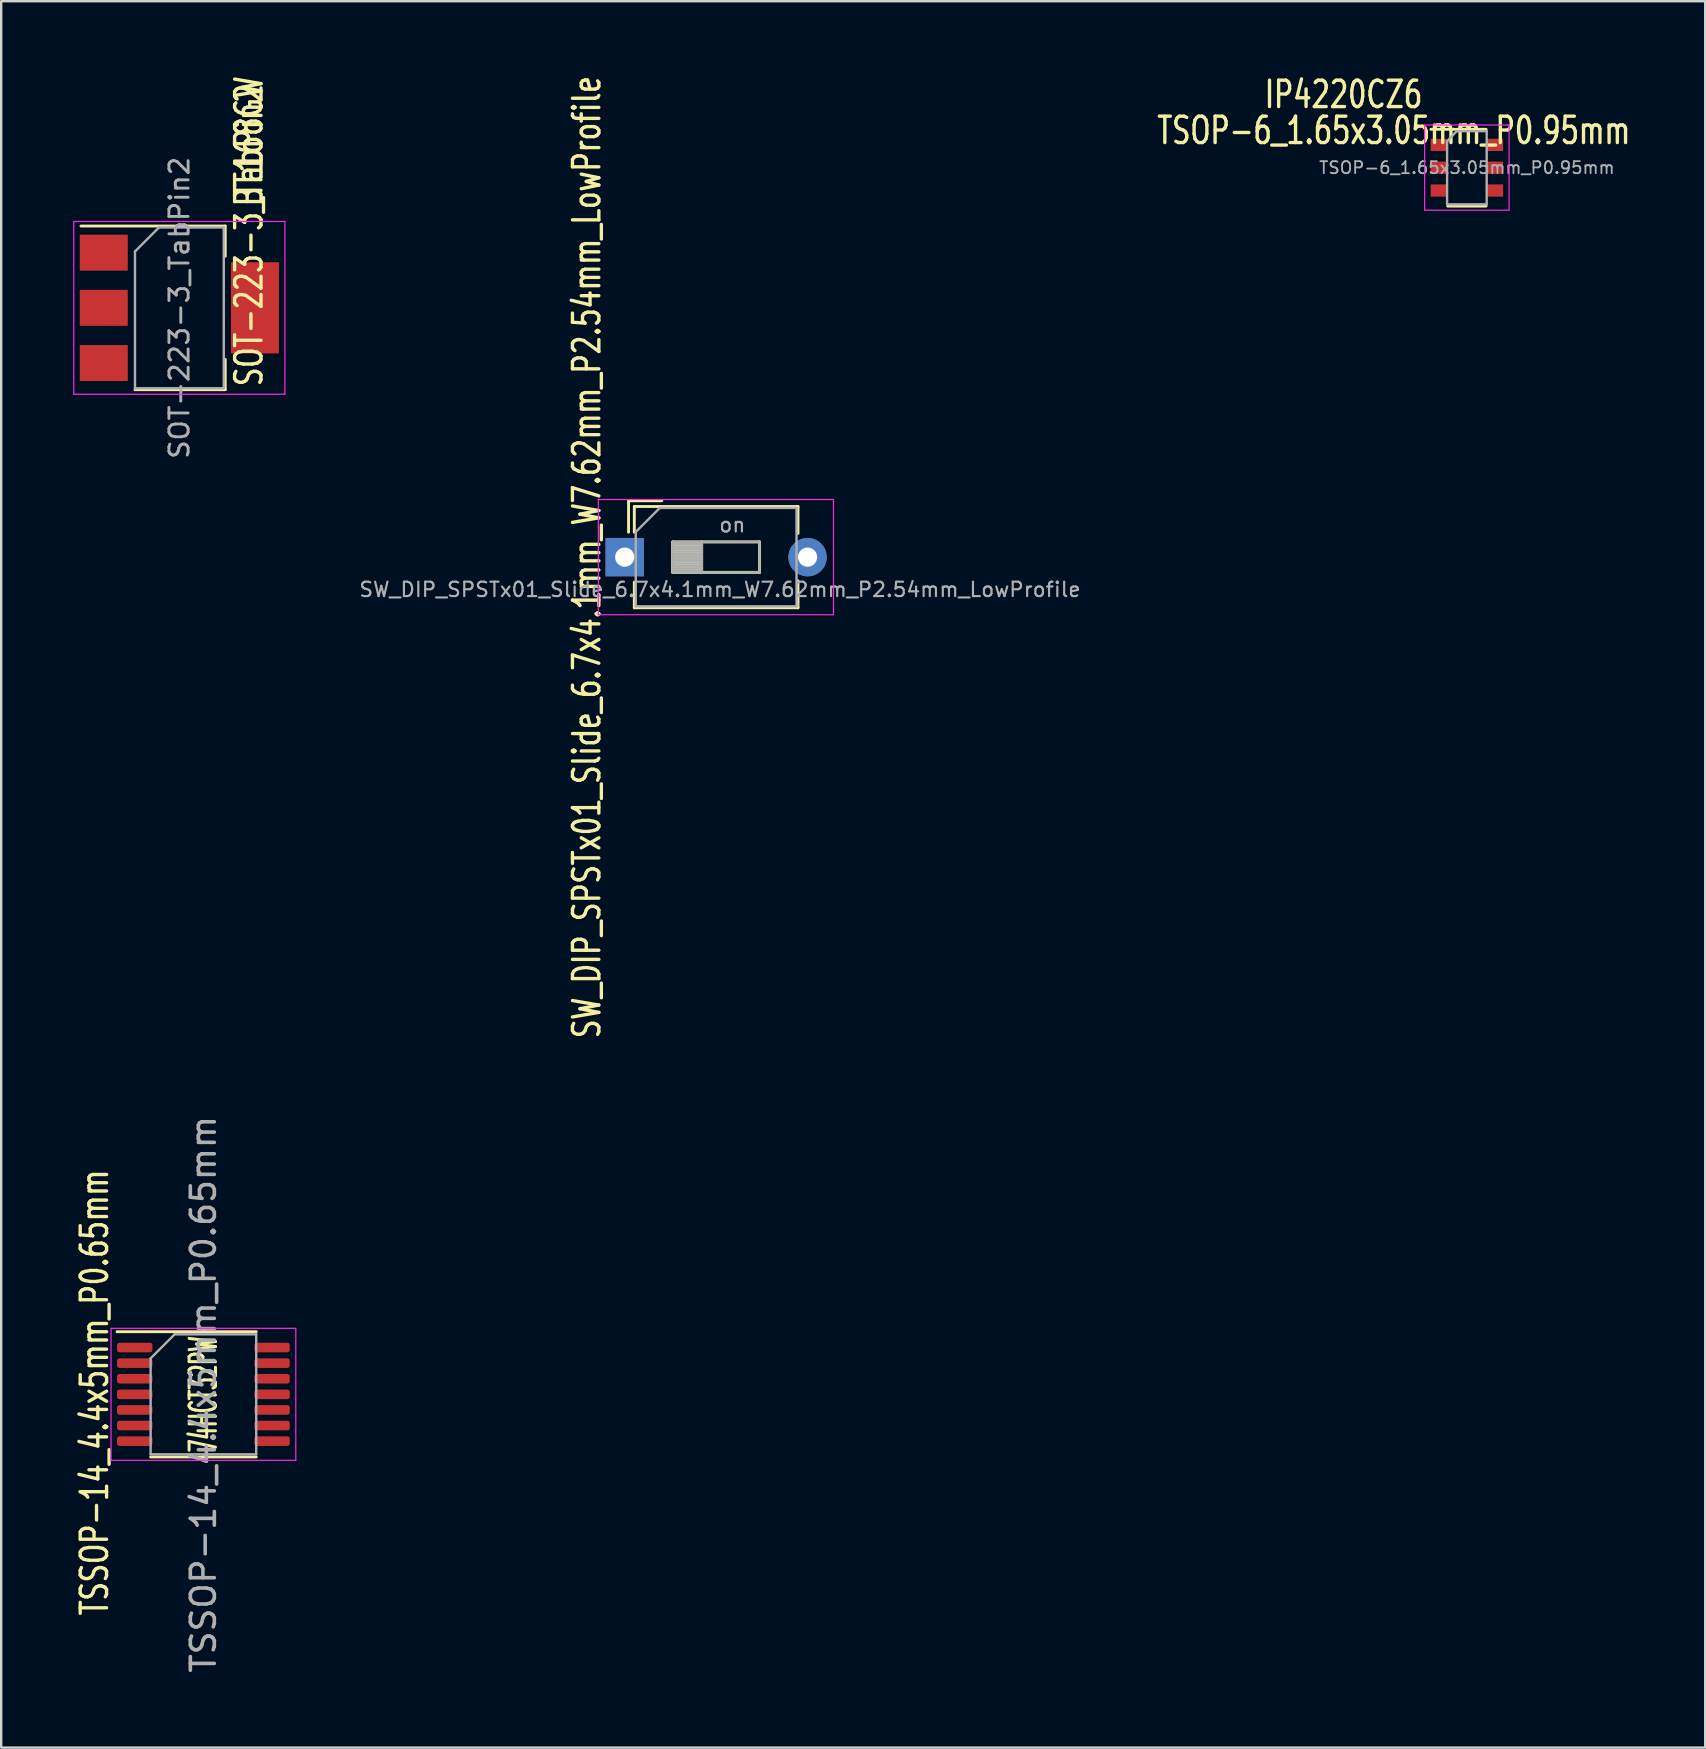
<source format=kicad_pcb>
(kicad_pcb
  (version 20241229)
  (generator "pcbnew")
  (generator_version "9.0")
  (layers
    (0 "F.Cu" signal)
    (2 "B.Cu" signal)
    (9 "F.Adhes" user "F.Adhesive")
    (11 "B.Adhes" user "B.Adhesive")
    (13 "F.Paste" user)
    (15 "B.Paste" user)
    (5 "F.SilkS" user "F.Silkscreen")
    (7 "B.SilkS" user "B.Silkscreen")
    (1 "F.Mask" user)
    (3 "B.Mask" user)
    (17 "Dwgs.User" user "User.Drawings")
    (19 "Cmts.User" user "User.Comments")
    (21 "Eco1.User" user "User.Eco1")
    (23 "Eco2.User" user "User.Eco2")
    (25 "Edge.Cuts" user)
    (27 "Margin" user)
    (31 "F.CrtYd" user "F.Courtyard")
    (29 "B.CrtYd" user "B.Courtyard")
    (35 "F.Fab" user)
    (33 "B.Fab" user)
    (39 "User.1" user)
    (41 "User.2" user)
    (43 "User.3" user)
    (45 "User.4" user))
  (footprint "TSSOP-14_4.4x5mm_P0.65mm"
    (layer "F.Cu")
    (at 5.427 55.056)
    (property "Reference" "TSSOP-14_4.4x5mm_P0.65mm" (at -4.537 -0.075 90) (unlocked yes) (layer "F.SilkS") (effects (font (size 1.1 0.8) (thickness 0.14))))
    (property "Value" "74HCT32PW" (at -3.337 0 270) (layer "F.Fab") (hide yes) (effects (font (size 1 1) (thickness 0.15))))
    (attr smd)
    (fp_line (start 0 -2.61) (end -3.6 -2.61) (stroke (width 0.12) (type solid)) (layer "F.SilkS"))
    (fp_line (start 0 -2.61) (end 2.2 -2.61) (stroke (width 0.12) (type solid)) (layer "F.SilkS"))
    (fp_line (start 0 2.61) (end -2.2 2.61) (stroke (width 0.12) (type solid)) (layer "F.SilkS"))
    (fp_line (start 0 2.61) (end 2.2 2.61) (stroke (width 0.12) (type solid)) (layer "F.SilkS"))
    (fp_line (start -3.85 -2.75) (end -3.85 2.75) (stroke (width 0.05) (type solid)) (layer "F.CrtYd"))
    (fp_line (start -3.85 2.75) (end 3.85 2.75) (stroke (width 0.05) (type solid)) (layer "F.CrtYd"))
    (fp_line (start 3.85 -2.75) (end -3.85 -2.75) (stroke (width 0.05) (type solid)) (layer "F.CrtYd"))
    (fp_line (start 3.85 2.75) (end 3.85 -2.75) (stroke (width 0.05) (type solid)) (layer "F.CrtYd"))
    (fp_line (start -2.2 -1.5) (end -1.2 -2.5) (stroke (width 0.1) (type solid)) (layer "F.Fab"))
    (fp_line (start -2.2 2.5) (end -2.2 -1.5) (stroke (width 0.1) (type solid)) (layer "F.Fab"))
    (fp_line (start -1.2 -2.5) (end 2.2 -2.5) (stroke (width 0.1) (type solid)) (layer "F.Fab"))
    (fp_line (start 2.2 -2.5) (end 2.2 2.5) (stroke (width 0.1) (type solid)) (layer "F.Fab"))
    (fp_line (start 2.2 2.5) (end -2.2 2.5) (stroke (width 0.1) (type solid)) (layer "F.Fab"))
    (fp_text user "${VALUE}" (at 0 0 90) (unlocked yes) (layer "F.SilkS") (effects (font (size 1.1 0.55) (thickness 0.125))))
    (fp_text user "${REFERENCE}" (at 0 0 270) (layer "F.Fab") (effects (font (size 1 1) (thickness 0.15))))
    (pad "1" smd roundrect (at -2.862 -1.95) (size 1.475 0.4) (layers "F.Cu" "F.Mask" "F.Paste") (roundrect_rratio 0.25))
    (pad "2" smd roundrect (at -2.862 -1.3) (size 1.475 0.4) (layers "F.Cu" "F.Mask" "F.Paste") (roundrect_rratio 0.25))
    (pad "3" smd roundrect (at -2.862 -0.65) (size 1.475 0.4) (layers "F.Cu" "F.Mask" "F.Paste") (roundrect_rratio 0.25))
    (pad "4" smd roundrect (at -2.862 0) (size 1.475 0.4) (layers "F.Cu" "F.Mask" "F.Paste") (roundrect_rratio 0.25))
    (pad "5" smd roundrect (at -2.862 0.65) (size 1.475 0.4) (layers "F.Cu" "F.Mask" "F.Paste") (roundrect_rratio 0.25))
    (pad "6" smd roundrect (at -2.862 1.3) (size 1.475 0.4) (layers "F.Cu" "F.Mask" "F.Paste") (roundrect_rratio 0.25))
    (pad "7" smd roundrect (at -2.862 1.95) (size 1.475 0.4) (layers "F.Cu" "F.Mask" "F.Paste") (roundrect_rratio 0.25))
    (pad "8" smd roundrect (at 2.862 1.95) (size 1.475 0.4) (layers "F.Cu" "F.Mask" "F.Paste") (roundrect_rratio 0.25))
    (pad "9" smd roundrect (at 2.862 1.3) (size 1.475 0.4) (layers "F.Cu" "F.Mask" "F.Paste") (roundrect_rratio 0.25))
    (pad "10" smd roundrect (at 2.862 0.65) (size 1.475 0.4) (layers "F.Cu" "F.Mask" "F.Paste") (roundrect_rratio 0.25))
    (pad "11" smd roundrect (at 2.862 0) (size 1.475 0.4) (layers "F.Cu" "F.Mask" "F.Paste") (roundrect_rratio 0.25))
    (pad "12" smd roundrect (at 2.862 -0.65) (size 1.475 0.4) (layers "F.Cu" "F.Mask" "F.Paste") (roundrect_rratio 0.25))
    (pad "13" smd roundrect (at 2.862 -1.3) (size 1.475 0.4) (layers "F.Cu" "F.Mask" "F.Paste") (roundrect_rratio 0.25))
    (pad "14" smd roundrect (at 2.862 -1.95) (size 1.475 0.4) (layers "F.Cu" "F.Mask" "F.Paste") (roundrect_rratio 0.25)))
  (footprint "SW_DIP_SPSTx01_Slide_6.7x4.1mm_W7.62mm_P2.54mm_LowProfile"
    (layer "F.Cu")
    (at 22.984 20.168)
    (property "Reference" "SW_DIP_SPSTx01_Slide_6.7x4.1mm_W7.62mm_P2.54mm_LowProfile" (at -1.58 0 90) (layer "F.SilkS") (effects (font (size 1.1 0.8) (thickness 0.14))))
    (attr through_hole)
    (fp_line (start 0.16 -2.35) (end 0.16 -1.04) (stroke (width 0.12) (type solid)) (layer "F.SilkS"))
    (fp_line (start 0.16 -2.35) (end 1.543 -2.35) (stroke (width 0.12) (type solid)) (layer "F.SilkS"))
    (fp_line (start 0.4 -2.11) (end 0.4 -1.04) (stroke (width 0.12) (type solid)) (layer "F.SilkS"))
    (fp_line (start 0.4 -2.11) (end 7.221 -2.11) (stroke (width 0.12) (type solid)) (layer "F.SilkS"))
    (fp_line (start 0.4 1.04) (end 0.4 2.11) (stroke (width 0.12) (type solid)) (layer "F.SilkS"))
    (fp_line (start 0.4 2.11) (end 7.221 2.11) (stroke (width 0.12) (type solid)) (layer "F.SilkS"))
    (fp_line (start 2 -0.635) (end 2 0.635) (stroke (width 0.12) (type solid)) (layer "F.SilkS"))
    (fp_line (start 2 -0.515) (end 3.207 -0.515) (stroke (width 0.12) (type solid)) (layer "F.SilkS"))
    (fp_line (start 2 -0.395) (end 3.207 -0.395) (stroke (width 0.12) (type solid)) (layer "F.SilkS"))
    (fp_line (start 2 -0.275) (end 3.207 -0.275) (stroke (width 0.12) (type solid)) (layer "F.SilkS"))
    (fp_line (start 2 -0.155) (end 3.207 -0.155) (stroke (width 0.12) (type solid)) (layer "F.SilkS"))
    (fp_line (start 2 -0.035) (end 3.207 -0.035) (stroke (width 0.12) (type solid)) (layer "F.SilkS"))
    (fp_line (start 2 0.085) (end 3.207 0.085) (stroke (width 0.12) (type solid)) (layer "F.SilkS"))
    (fp_line (start 2 0.205) (end 3.207 0.205) (stroke (width 0.12) (type solid)) (layer "F.SilkS"))
    (fp_line (start 2 0.325) (end 3.207 0.325) (stroke (width 0.12) (type solid)) (layer "F.SilkS"))
    (fp_line (start 2 0.445) (end 3.207 0.445) (stroke (width 0.12) (type solid)) (layer "F.SilkS"))
    (fp_line (start 2 0.565) (end 3.207 0.565) (stroke (width 0.12) (type solid)) (layer "F.SilkS"))
    (fp_line (start 2 0.635) (end 5.62 0.635) (stroke (width 0.12) (type solid)) (layer "F.SilkS"))
    (fp_line (start 3.207 -0.635) (end 3.207 0.635) (stroke (width 0.12) (type solid)) (layer "F.SilkS"))
    (fp_line (start 5.62 -0.635) (end 2 -0.635) (stroke (width 0.12) (type solid)) (layer "F.SilkS"))
    (fp_line (start 5.62 0.635) (end 5.62 -0.635) (stroke (width 0.12) (type solid)) (layer "F.SilkS"))
    (fp_line (start 7.221 -2.11) (end 7.221 -0.99) (stroke (width 0.12) (type solid)) (layer "F.SilkS"))
    (fp_line (start 7.221 0.99) (end 7.221 2.11) (stroke (width 0.12) (type solid)) (layer "F.SilkS"))
    (fp_line (start -1.1 -2.4) (end -1.1 2.4) (stroke (width 0.05) (type solid)) (layer "F.CrtYd"))
    (fp_line (start -1.1 2.4) (end 8.7 2.4) (stroke (width 0.05) (type solid)) (layer "F.CrtYd"))
    (fp_line (start 8.7 -2.4) (end -1.1 -2.4) (stroke (width 0.05) (type solid)) (layer "F.CrtYd"))
    (fp_line (start 8.7 2.4) (end 8.7 -2.4) (stroke (width 0.05) (type solid)) (layer "F.CrtYd"))
    (fp_line (start 0.46 -1.05) (end 1.46 -2.05) (stroke (width 0.1) (type solid)) (layer "F.Fab"))
    (fp_line (start 0.46 2.05) (end 0.46 -1.05) (stroke (width 0.1) (type solid)) (layer "F.Fab"))
    (fp_line (start 1.46 -2.05) (end 7.16 -2.05) (stroke (width 0.1) (type solid)) (layer "F.Fab"))
    (fp_line (start 2 -0.635) (end 2 0.635) (stroke (width 0.1) (type solid)) (layer "F.Fab"))
    (fp_line (start 2 -0.535) (end 3.207 -0.535) (stroke (width 0.1) (type solid)) (layer "F.Fab"))
    (fp_line (start 2 -0.435) (end 3.207 -0.435) (stroke (width 0.1) (type solid)) (layer "F.Fab"))
    (fp_line (start 2 -0.335) (end 3.207 -0.335) (stroke (width 0.1) (type solid)) (layer "F.Fab"))
    (fp_line (start 2 -0.235) (end 3.207 -0.235) (stroke (width 0.1) (type solid)) (layer "F.Fab"))
    (fp_line (start 2 -0.135) (end 3.207 -0.135) (stroke (width 0.1) (type solid)) (layer "F.Fab"))
    (fp_line (start 2 -0.035) (end 3.207 -0.035) (stroke (width 0.1) (type solid)) (layer "F.Fab"))
    (fp_line (start 2 0.065) (end 3.207 0.065) (stroke (width 0.1) (type solid)) (layer "F.Fab"))
    (fp_line (start 2 0.165) (end 3.207 0.165) (stroke (width 0.1) (type solid)) (layer "F.Fab"))
    (fp_line (start 2 0.265) (end 3.207 0.265) (stroke (width 0.1) (type solid)) (layer "F.Fab"))
    (fp_line (start 2 0.365) (end 3.207 0.365) (stroke (width 0.1) (type solid)) (layer "F.Fab"))
    (fp_line (start 2 0.465) (end 3.207 0.465) (stroke (width 0.1) (type solid)) (layer "F.Fab"))
    (fp_line (start 2 0.565) (end 3.207 0.565) (stroke (width 0.1) (type solid)) (layer "F.Fab"))
    (fp_line (start 2 0.635) (end 5.62 0.635) (stroke (width 0.1) (type solid)) (layer "F.Fab"))
    (fp_line (start 3.207 -0.635) (end 3.207 0.635) (stroke (width 0.1) (type solid)) (layer "F.Fab"))
    (fp_line (start 5.62 -0.635) (end 2 -0.635) (stroke (width 0.1) (type solid)) (layer "F.Fab"))
    (fp_line (start 5.62 0.635) (end 5.62 -0.635) (stroke (width 0.1) (type solid)) (layer "F.Fab"))
    (fp_line (start 7.16 -2.05) (end 7.16 2.05) (stroke (width 0.1) (type solid)) (layer "F.Fab"))
    (fp_line (start 7.16 2.05) (end 0.46 2.05) (stroke (width 0.1) (type solid)) (layer "F.Fab"))
    (fp_text user "${REFERENCE}" (at 3.97 1.35 180) (layer "F.Fab") (effects (font (size 0.6 0.6) (thickness 0.09))))
    (fp_text user "on" (at 4.485 -1.343 0) (layer "F.Fab") (effects (font (size 0.6 0.6) (thickness 0.09))))
    (pad "1" thru_hole rect (at 0 0) (size 1.6 1.6) (drill 0.8) (layers "*.Cu" "*.Mask"))
    (pad "2" thru_hole oval (at 7.62 0) (size 1.6 1.6) (drill 0.8) (layers "*.Cu" "*.Mask")))
  (footprint "SOT-223-3_TabPin2"
    (layer "F.Cu")
    (at 4.425 9.779)
    (property "Reference" "SOT-223-3_TabPin2" (at 2.9 -3.03 90) (unlocked yes) (layer "F.SilkS") (effects (font (size 1.1 0.8) (thickness 0.14))))
    (property "Value" "BT168GW" (at 3 0.07 270) (layer "F.Fab") (hide yes) (effects (font (size 1 1) (thickness 0.15))))
    (attr smd)
    (fp_line (start -4.1 -3.41) (end 1.91 -3.41) (stroke (width 0.12) (type solid)) (layer "F.SilkS"))
    (fp_line (start -1.85 3.41) (end 1.91 3.41) (stroke (width 0.12) (type solid)) (layer "F.SilkS"))
    (fp_line (start 1.91 -3.41) (end 1.91 -2.15) (stroke (width 0.12) (type solid)) (layer "F.SilkS"))
    (fp_line (start 1.91 3.41) (end 1.91 2.15) (stroke (width 0.12) (type solid)) (layer "F.SilkS"))
    (fp_line (start -4.4 -3.6) (end -4.4 3.6) (stroke (width 0.05) (type solid)) (layer "F.CrtYd"))
    (fp_line (start -4.4 3.6) (end 4.4 3.6) (stroke (width 0.05) (type solid)) (layer "F.CrtYd"))
    (fp_line (start 4.4 -3.6) (end -4.4 -3.6) (stroke (width 0.05) (type solid)) (layer "F.CrtYd"))
    (fp_line (start 4.4 3.6) (end 4.4 -3.6) (stroke (width 0.05) (type solid)) (layer "F.CrtYd"))
    (fp_line (start -1.85 -2.35) (end -1.85 3.35) (stroke (width 0.1) (type solid)) (layer "F.Fab"))
    (fp_line (start -1.85 -2.35) (end -0.85 -3.35) (stroke (width 0.1) (type solid)) (layer "F.Fab"))
    (fp_line (start -1.85 3.35) (end 1.85 3.35) (stroke (width 0.1) (type solid)) (layer "F.Fab"))
    (fp_line (start -0.85 -3.35) (end 1.85 -3.35) (stroke (width 0.1) (type solid)) (layer "F.Fab"))
    (fp_line (start 1.85 -3.35) (end 1.85 3.35) (stroke (width 0.1) (type solid)) (layer "F.Fab"))
    (fp_text user "${VALUE}" (at 2.9 -6.944 90) (unlocked yes) (layer "F.SilkS") (effects (font (size 1.1 0.8) (thickness 0.14))))
    (fp_text user "${REFERENCE}" (at 0 0 90) (layer "F.Fab") (effects (font (size 0.8 0.8) (thickness 0.12))))
    (pad "1" smd rect (at -3.15 -2.3) (size 2 1.5) (layers "F.Cu" "F.Mask" "F.Paste"))
    (pad "2" smd rect (at -3.15 0) (size 2 1.5) (layers "F.Cu" "F.Mask" "F.Paste"))
    (pad "2" smd rect (at 3.15 0) (size 2 3.8) (layers "F.Cu" "F.Mask" "F.Paste"))
    (pad "3" smd rect (at -3.15 2.3) (size 2 1.5) (layers "F.Cu" "F.Mask" "F.Paste")))
  (footprint "TSOP-6_1.65x3.05mm_P0.95mm"
    (layer "F.Cu")
    (at 58.08 3.939)
    (property "Reference" "TSOP-6_1.65x3.05mm_P0.95mm" (at -3.045 -1.55 180) (layer "F.SilkS") (effects (font (size 1.1 0.8) (thickness 0.14))))
    (property "Value" "IP4220CZ6" (at -5.645 -0.05 180) (layer "F.Fab") (hide yes) (effects (font (size 1 1) (thickness 0.15))))
    (attr smd)
    (fp_line (start -0.8 1.6) (end 0.8 1.6) (stroke (width 0.12) (type solid)) (layer "F.SilkS"))
    (fp_line (start 0.8 -1.6) (end -1.5 -1.6) (stroke (width 0.12) (type solid)) (layer "F.SilkS"))
    (fp_line (start -1.76 -1.78) (end -1.76 1.77) (stroke (width 0.05) (type solid)) (layer "F.CrtYd"))
    (fp_line (start -1.76 -1.78) (end 1.76 -1.78) (stroke (width 0.05) (type solid)) (layer "F.CrtYd"))
    (fp_line (start 1.76 1.77) (end -1.76 1.77) (stroke (width 0.05) (type solid)) (layer "F.CrtYd"))
    (fp_line (start 1.76 1.77) (end 1.76 -1.78) (stroke (width 0.05) (type solid)) (layer "F.CrtYd"))
    (fp_line (start -0.825 -1.1) (end -0.825 1.525) (stroke (width 0.1) (type solid)) (layer "F.Fab"))
    (fp_line (start -0.825 -1.1) (end -0.425 -1.525) (stroke (width 0.1) (type solid)) (layer "F.Fab"))
    (fp_line (start 0.825 -1.525) (end -0.425 -1.525) (stroke (width 0.1) (type solid)) (layer "F.Fab"))
    (fp_line (start 0.825 -1.525) (end 0.825 1.525) (stroke (width 0.1) (type solid)) (layer "F.Fab"))
    (fp_line (start 0.825 1.525) (end -0.825 1.525) (stroke (width 0.1) (type solid)) (layer "F.Fab"))
    (fp_text user "${VALUE}" (at -5.14 -3.05 180) (layer "F.SilkS") (effects (font (size 1.1 0.8) (thickness 0.14))))
    (fp_text user "${REFERENCE}" (at 0 0 0) (layer "F.Fab") (effects (font (size 0.5 0.5) (thickness 0.075))))
    (pad "1" smd rect (at -1.16 -0.95) (size 0.7 0.51) (layers "F.Cu" "F.Mask" "F.Paste"))
    (pad "2" smd rect (at -1.16 0) (size 0.7 0.51) (layers "F.Cu" "F.Mask" "F.Paste"))
    (pad "3" smd rect (at -1.16 0.95) (size 0.7 0.51) (layers "F.Cu" "F.Mask" "F.Paste"))
    (pad "4" smd rect (at 1.16 0.95) (size 0.7 0.51) (layers "F.Cu" "F.Mask" "F.Paste"))
    (pad "5" smd rect (at 1.16 0) (size 0.7 0.51) (layers "F.Cu" "F.Mask" "F.Paste"))
    (pad "6" smd rect (at 1.16 -0.95) (size 0.7 0.51) (layers "F.Cu" "F.Mask" "F.Paste")))
  (gr_rect
    (start -3 -3)
    (end 68.012 69.777)
    (stroke (width 0.1) (type default))
    (fill no)
    (layer "Edge.Cuts")))
</source>
